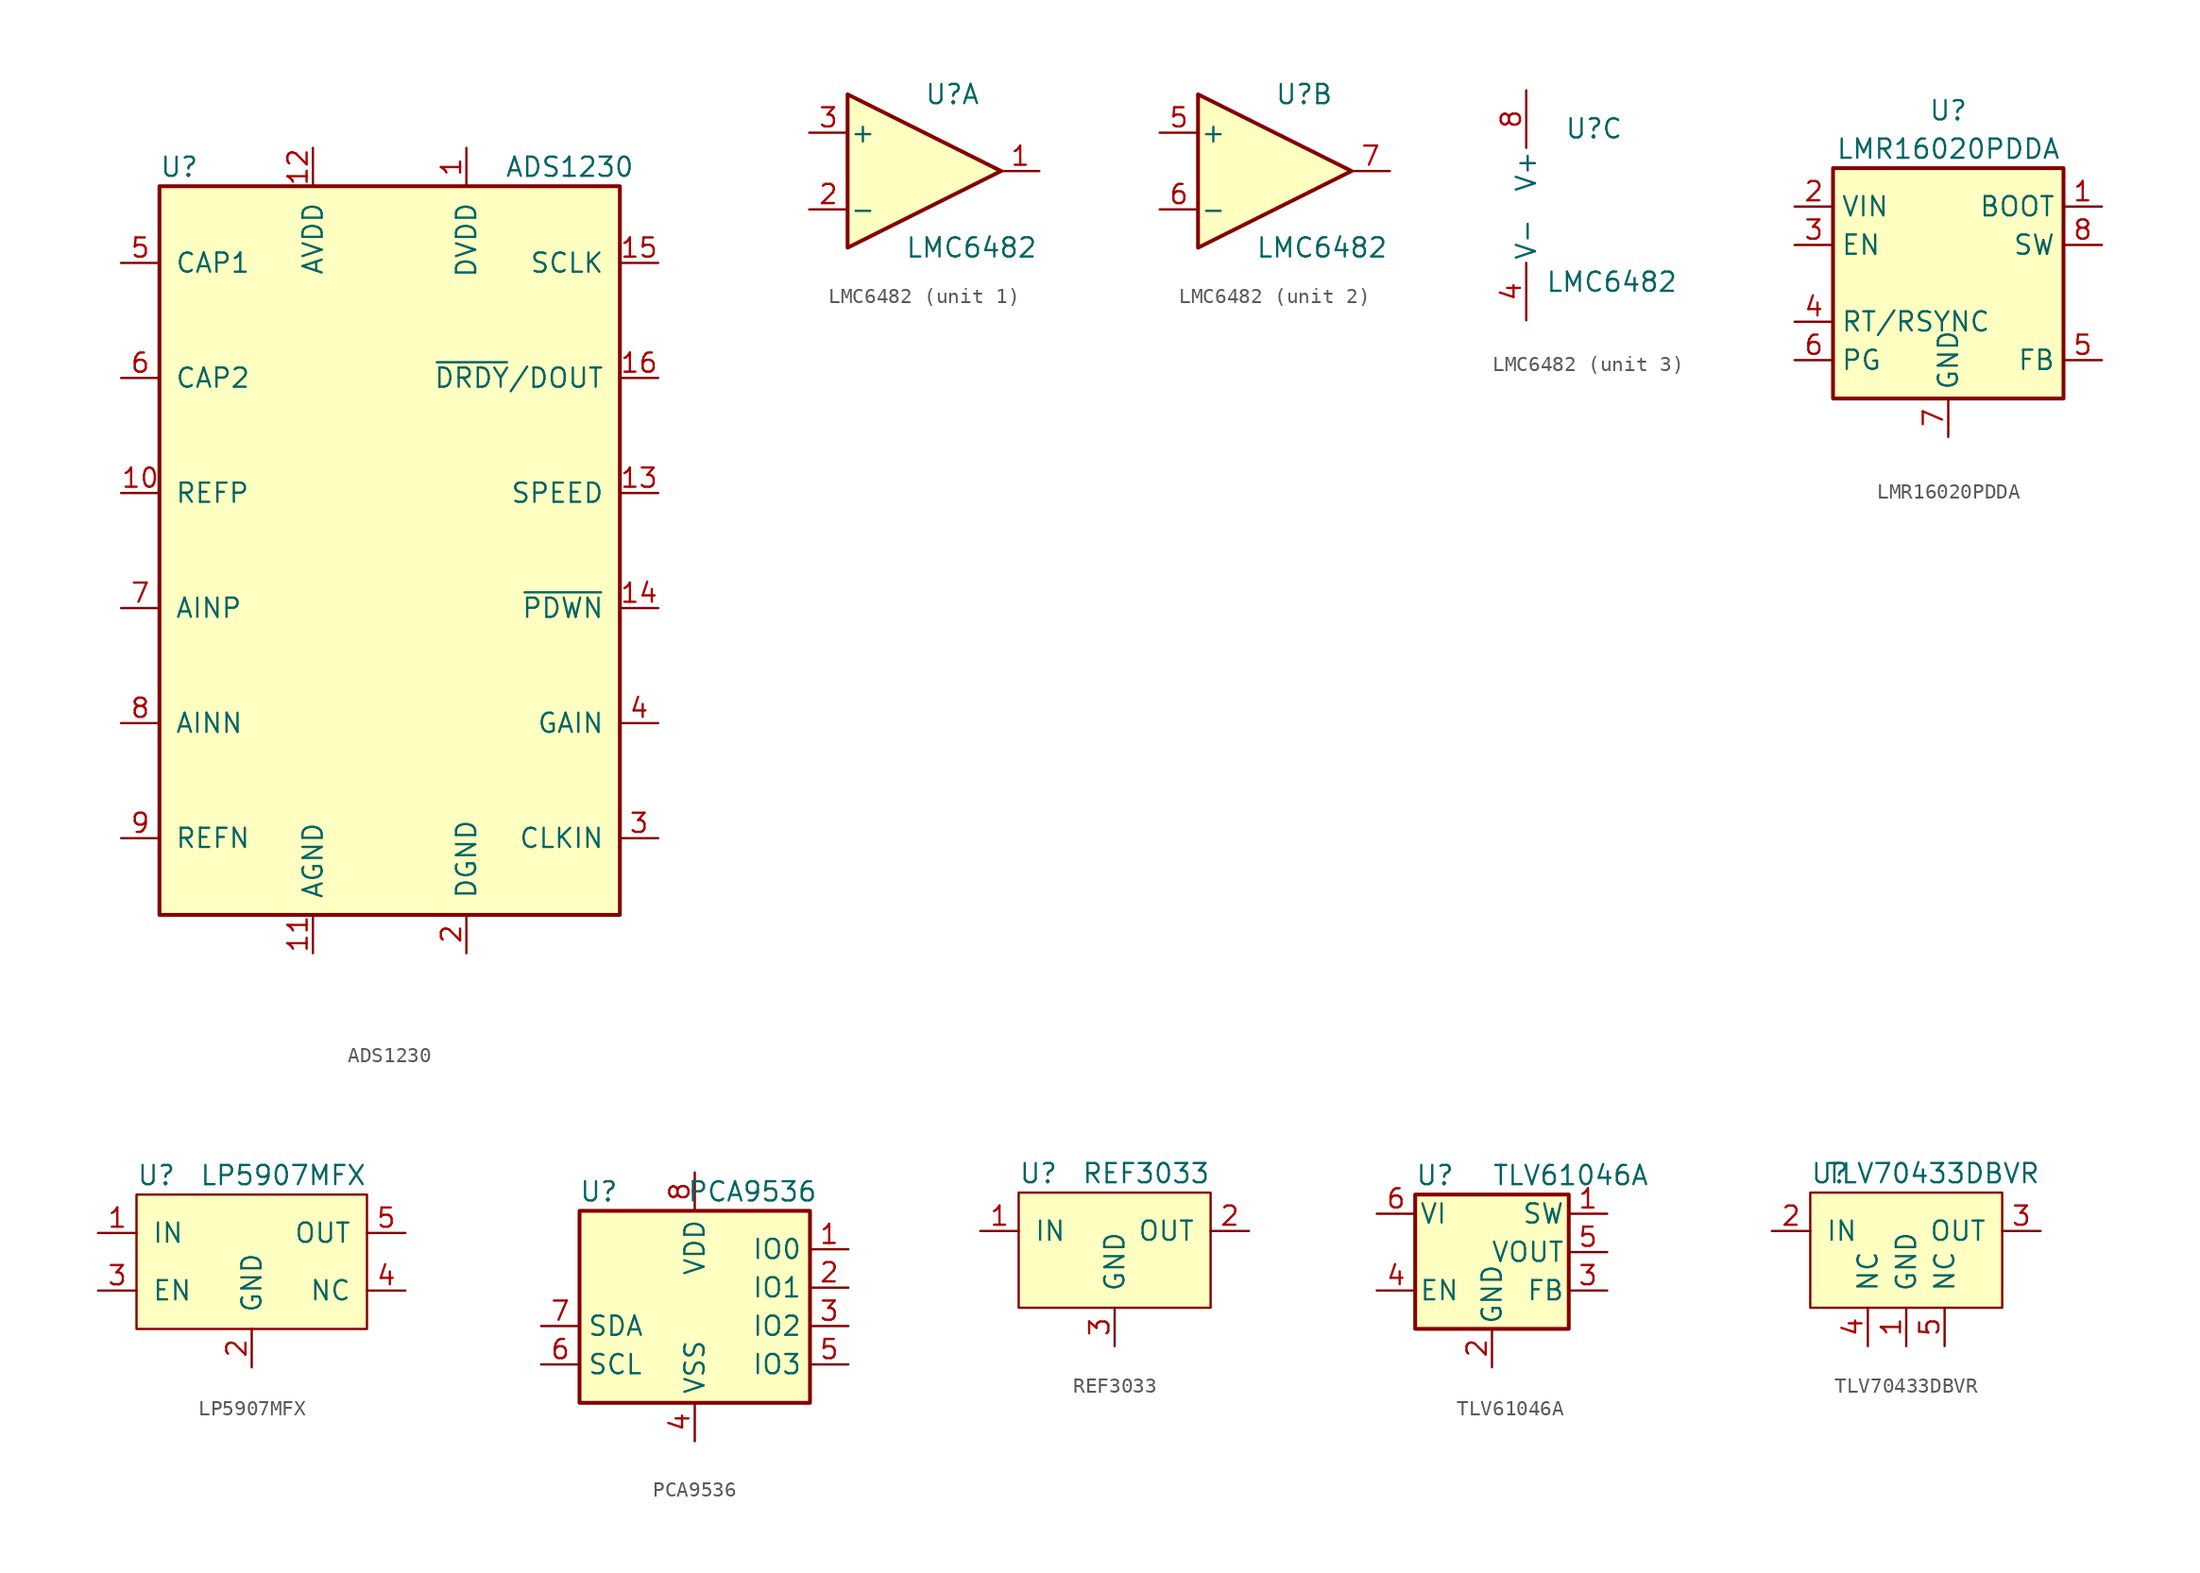
<source format=kicad_sym>
(kicad_symbol_lib
  (version 20220914)
  (generator kicad_symbol_editor)
  (symbol "ADS1230"
    (pin_names
      (offset 1.016))
    (property "Reference" "U"
      (at -15.24 25.4 0)
      (effects (font (size 1.27 1.27)) (justify left)))
    (property "Value" "ADS1230"
      (at 7.62 25.4 0)
      (effects (font (size 1.27 1.27)) (justify left)))
    (symbol "ADS1230_0_1"
      (rectangle (start -15.24 24.13) (end 15.24 -24.13) (stroke (width 0.254) (type default)) (fill (type background))))
    (symbol "ADS1230_1_1"
      (pin power_in line (at 5.08 26.67 270) (length 2.54) (name "DVDD" (effects (font (size 1.27 1.27)))) (number "1" (effects (font (size 1.27 1.27)))))
      (pin input line (at -17.78 3.81 0) (length 2.54) (name "REFP" (effects (font (size 1.27 1.27)))) (number "10" (effects (font (size 1.27 1.27)))))
      (pin power_in line (at -5.08 -26.67 90) (length 2.54) (name "AGND" (effects (font (size 1.27 1.27)))) (number "11" (effects (font (size 1.27 1.27)))))
      (pin power_in line (at -5.08 26.67 270) (length 2.54) (name "AVDD" (effects (font (size 1.27 1.27)))) (number "12" (effects (font (size 1.27 1.27)))))
      (pin input line (at 17.78 3.81 180) (length 2.54) (name "SPEED" (effects (font (size 1.27 1.27)))) (number "13" (effects (font (size 1.27 1.27)))))
      (pin input line (at 17.78 -3.81 180) (length 2.54) (name "~{PDWN}" (effects (font (size 1.27 1.27)))) (number "14" (effects (font (size 1.27 1.27)))))
      (pin input line (at 17.78 19.05 180) (length 2.54) (name "SCLK" (effects (font (size 1.27 1.27)))) (number "15" (effects (font (size 1.27 1.27)))))
      (pin output line (at 17.78 11.43 180) (length 2.54) (name "~{DRDY}/DOUT" (effects (font (size 1.27 1.27)))) (number "16" (effects (font (size 1.27 1.27)))))
      (pin power_in line (at 5.08 -26.67 90) (length 2.54) (name "DGND" (effects (font (size 1.27 1.27)))) (number "2" (effects (font (size 1.27 1.27)))))
      (pin input line (at 17.78 -19.05 180) (length 2.54) (name "CLKIN" (effects (font (size 1.27 1.27)))) (number "3" (effects (font (size 1.27 1.27)))))
      (pin input line (at 17.78 -11.43 180) (length 2.54) (name "GAIN" (effects (font (size 1.27 1.27)))) (number "4" (effects (font (size 1.27 1.27)))))
      (pin passive line (at -17.78 19.05 0) (length 2.54) (name "CAP1" (effects (font (size 1.27 1.27)))) (number "5" (effects (font (size 1.27 1.27)))))
      (pin passive line (at -17.78 11.43 0) (length 2.54) (name "CAP2" (effects (font (size 1.27 1.27)))) (number "6" (effects (font (size 1.27 1.27)))))
      (pin input line (at -17.78 -3.81 0) (length 2.54) (name "AINP" (effects (font (size 1.27 1.27)))) (number "7" (effects (font (size 1.27 1.27)))))
      (pin input line (at -17.78 -11.43 0) (length 2.54) (name "AINN" (effects (font (size 1.27 1.27)))) (number "8" (effects (font (size 1.27 1.27)))))
      (pin input line (at -17.78 -19.05 0) (length 2.54) (name "REFN" (effects (font (size 1.27 1.27)))) (number "9" (effects (font (size 1.27 1.27)))))))
  (symbol "LMC6482"
    (pin_names
      (offset 0.127))
    (property "Reference" "U"
      (at 0 5.08 0)
      (effects (font (size 1.27 1.27)) (justify left)))
    (property "Value" "LMC6482"
      (at -1.27 -5.08 0)
      (effects (font (size 1.27 1.27)) (justify left)))
    (property "ki_locked" ""
      (at 0 0 0)
      (effects (font (size 1.27 1.27))))
    (symbol "LMC6482_1_1"
      (polyline (pts (xy -5.08 5.08) (xy 5.08 0) (xy -5.08 -5.08) (xy -5.08 5.08)) (stroke (width 0.254) (type default)) (fill (type background)))
      (pin output line (at 7.62 0 180) (length 2.54) (name "~" (effects (font (size 1.27 1.27)))) (number "1" (effects (font (size 1.27 1.27)))))
      (pin input line (at -7.62 -2.54 0) (length 2.54) (name "-" (effects (font (size 1.27 1.27)))) (number "2" (effects (font (size 1.27 1.27)))))
      (pin input line (at -7.62 2.54 0) (length 2.54) (name "+" (effects (font (size 1.27 1.27)))) (number "3" (effects (font (size 1.27 1.27))))))
    (symbol "LMC6482_2_1"
      (polyline (pts (xy -5.08 5.08) (xy 5.08 0) (xy -5.08 -5.08) (xy -5.08 5.08)) (stroke (width 0.254) (type default)) (fill (type background)))
      (pin input line (at -7.62 2.54 0) (length 2.54) (name "+" (effects (font (size 1.27 1.27)))) (number "5" (effects (font (size 1.27 1.27)))))
      (pin input line (at -7.62 -2.54 0) (length 2.54) (name "-" (effects (font (size 1.27 1.27)))) (number "6" (effects (font (size 1.27 1.27)))))
      (pin output line (at 7.62 0 180) (length 2.54) (name "~" (effects (font (size 1.27 1.27)))) (number "7" (effects (font (size 1.27 1.27))))))
    (symbol "LMC6482_3_1"
      (pin power_in line (at -2.54 -7.62 90) (length 3.81) (name "V-" (effects (font (size 1.27 1.27)))) (number "4" (effects (font (size 1.27 1.27)))))
      (pin power_in line (at -2.54 7.62 270) (length 3.81) (name "V+" (effects (font (size 1.27 1.27)))) (number "8" (effects (font (size 1.27 1.27)))))))
  (symbol "LMR16020PDDA"
    (property "Reference" "U"
      (at 0 11.43 0)
      (effects (font (size 1.27 1.27))))
    (property "Value" "LMR16020PDDA"
      (at 0 8.89 0)
      (effects (font (size 1.27 1.27))))
    (symbol "LMR16020PDDA_0_1"
      (rectangle (start -7.62 7.62) (end 7.62 -7.62) (stroke (width 0.254) (type default)) (fill (type background))))
    (symbol "LMR16020PDDA_1_1"
      (pin input line (at 10.16 5.08 180) (length 2.54) (name "BOOT" (effects (font (size 1.27 1.27)))) (number "1" (effects (font (size 1.27 1.27)))))
      (pin power_in line (at -10.16 5.08 0) (length 2.54) (name "VIN" (effects (font (size 1.27 1.27)))) (number "2" (effects (font (size 1.27 1.27)))))
      (pin input line (at -10.16 2.54 0) (length 2.54) (name "EN" (effects (font (size 1.27 1.27)))) (number "3" (effects (font (size 1.27 1.27)))))
      (pin passive line (at -10.16 -2.54 0) (length 2.54) (name "RT/RSYNC" (effects (font (size 1.27 1.27)))) (number "4" (effects (font (size 1.27 1.27)))))
      (pin input line (at 10.16 -5.08 180) (length 2.54) (name "FB" (effects (font (size 1.27 1.27)))) (number "5" (effects (font (size 1.27 1.27)))))
      (pin open_collector line (at -10.16 -5.08 0) (length 2.54) (name "PG" (effects (font (size 1.27 1.27)))) (number "6" (effects (font (size 1.27 1.27)))))
      (pin power_in line (at 0 -10.16 90) (length 2.54) (name "GND" (effects (font (size 1.27 1.27)))) (number "7" (effects (font (size 1.27 1.27)))))
      (pin output line (at 10.16 2.54 180) (length 2.54) (name "SW" (effects (font (size 1.27 1.27)))) (number "8" (effects (font (size 1.27 1.27)))))
      (pin power_in line (at 0 -10.16 90) (length 2.54) hide (name "GND" (effects (font (size 1.27 1.27)))) (number "9" (effects (font (size 1.27 1.27)))))))
  (symbol "LP5907MFX"
    (pin_names
      (offset 1.016))
    (property "Reference" "U"
      (at -7.62 5.08 0)
      (effects (font (size 1.27 1.27)) (justify left)))
    (property "Value" "LP5907MFX"
      (at 7.62 5.08 0)
      (effects (font (size 1.27 1.27)) (justify right)))
    (symbol "LP5907MFX_0_1"
      (rectangle (start 7.62 -5.08) (end -7.62 3.81) (stroke (width 0) (type default)) (fill (type background))))
    (symbol "LP5907MFX_1_1"
      (pin power_in line (at -10.16 1.27 0) (length 2.54) (name "IN" (effects (font (size 1.27 1.27)))) (number "1" (effects (font (size 1.27 1.27)))))
      (pin power_in line (at 0 -7.62 90) (length 2.54) (name "GND" (effects (font (size 1.27 1.27)))) (number "2" (effects (font (size 1.27 1.27)))))
      (pin input line (at -10.16 -2.54 0) (length 2.54) (name "EN" (effects (font (size 1.27 1.27)))) (number "3" (effects (font (size 1.27 1.27)))))
      (pin passive line (at 10.16 -2.54 180) (length 2.54) (name "NC" (effects (font (size 1.27 1.27)))) (number "4" (effects (font (size 1.27 1.27)))))
      (pin power_out line (at 10.16 1.27 180) (length 2.54) (name "OUT" (effects (font (size 1.27 1.27)))) (number "5" (effects (font (size 1.27 1.27)))))))
  (symbol "PCA9536"
    (property "Reference" "U"
      (at -6.35 7.62 0)
      (effects (font (size 1.27 1.27))))
    (property "Value" "PCA9536"
      (at 3.81 7.62 0)
      (effects (font (size 1.27 1.27))))
    (symbol "PCA9536_0_1"
      (rectangle (start -7.62 6.35) (end 7.62 -6.35) (stroke (width 0.254) (type default)) (fill (type background))))
    (symbol "PCA9536_1_1"
      (pin bidirectional line (at 10.16 3.81 180) (length 2.54) (name "IO0" (effects (font (size 1.27 1.27)))) (number "1" (effects (font (size 1.27 1.27)))))
      (pin bidirectional line (at 10.16 1.27 180) (length 2.54) (name "IO1" (effects (font (size 1.27 1.27)))) (number "2" (effects (font (size 1.27 1.27)))))
      (pin bidirectional line (at 10.16 -1.27 180) (length 2.54) (name "IO2" (effects (font (size 1.27 1.27)))) (number "3" (effects (font (size 1.27 1.27)))))
      (pin power_in line (at 0 -8.89 90) (length 2.54) (name "VSS" (effects (font (size 1.27 1.27)))) (number "4" (effects (font (size 1.27 1.27)))))
      (pin bidirectional line (at 10.16 -3.81 180) (length 2.54) (name "IO3" (effects (font (size 1.27 1.27)))) (number "5" (effects (font (size 1.27 1.27)))))
      (pin input line (at -10.16 -3.81 0) (length 2.54) (name "SCL" (effects (font (size 1.27 1.27)))) (number "6" (effects (font (size 1.27 1.27)))))
      (pin bidirectional line (at -10.16 -1.27 0) (length 2.54) (name "SDA" (effects (font (size 1.27 1.27)))) (number "7" (effects (font (size 1.27 1.27)))))
      (pin power_in line (at 0 8.89 270) (length 2.54) (name "VDD" (effects (font (size 1.27 1.27)))) (number "8" (effects (font (size 1.27 1.27)))))))
  (symbol "REF3033"
    (pin_names
      (offset 1.016))
    (property "Reference" "U"
      (at -6.35 5.08 0)
      (effects (font (size 1.27 1.27)) (justify left)))
    (property "Value" "REF3033"
      (at 6.35 5.08 0)
      (effects (font (size 1.27 1.27)) (justify right)))
    (symbol "REF3033_0_1"
      (rectangle (start -6.35 3.81) (end 6.35 -3.81) (stroke (width 0) (type default)) (fill (type background))))
    (symbol "REF3033_1_1"
      (pin input line (at -8.89 1.27 0) (length 2.54) (name "IN" (effects (font (size 1.27 1.27)))) (number "1" (effects (font (size 1.27 1.27)))))
      (pin output line (at 8.89 1.27 180) (length 2.54) (name "OUT" (effects (font (size 1.27 1.27)))) (number "2" (effects (font (size 1.27 1.27)))))
      (pin power_in line (at 0 -6.35 90) (length 2.54) (name "GND" (effects (font (size 1.27 1.27)))) (number "3" (effects (font (size 1.27 1.27)))))))
  (symbol "TLV61046A"
    (pin_names
      (offset 0.254))
    (property "Reference" "U"
      (at -5.08 7.62 0)
      (effects (font (size 1.27 1.27)) (justify left)))
    (property "Value" "TLV61046A"
      (at 0 7.62 0)
      (effects (font (size 1.27 1.27)) (justify left)))
    (symbol "TLV61046A_0_1"
      (rectangle (start -5.08 6.35) (end 5.08 -2.54) (stroke (width 0.254) (type default)) (fill (type background))))
    (symbol "TLV61046A_1_1"
      (pin power_out line (at 7.62 5.08 180) (length 2.54) (name "SW" (effects (font (size 1.27 1.27)))) (number "1" (effects (font (size 1.27 1.27)))))
      (pin power_in line (at 0 -5.08 90) (length 2.54) (name "GND" (effects (font (size 1.27 1.27)))) (number "2" (effects (font (size 1.27 1.27)))))
      (pin input line (at 7.62 0 180) (length 2.54) (name "FB" (effects (font (size 1.27 1.27)))) (number "3" (effects (font (size 1.27 1.27)))))
      (pin input line (at -7.62 0 0) (length 2.54) (name "EN" (effects (font (size 1.27 1.27)))) (number "4" (effects (font (size 1.27 1.27)))))
      (pin power_out line (at 7.62 2.54 180) (length 2.54) (name "VOUT" (effects (font (size 1.27 1.27)))) (number "5" (effects (font (size 1.27 1.27)))))
      (pin power_in line (at -7.62 5.08 0) (length 2.54) (name "VI" (effects (font (size 1.27 1.27)))) (number "6" (effects (font (size 1.27 1.27)))))))
  (symbol "TLV70433DBVR"
    (pin_names
      (offset 1.016))
    (property "Reference" "U"
      (at -6.35 5.08 0)
      (effects (font (size 1.27 1.27)) (justify left)))
    (property "Value" "TLV70433DBVR"
      (at 8.89 5.08 0)
      (effects (font (size 1.27 1.27)) (justify right)))
    (symbol "TLV70433DBVR_0_1"
      (rectangle (start 6.35 -3.81) (end -6.35 3.81) (stroke (width 0) (type default)) (fill (type background))))
    (symbol "TLV70433DBVR_1_1"
      (pin power_in line (at 0 -6.35 90) (length 2.54) (name "GND" (effects (font (size 1.27 1.27)))) (number "1" (effects (font (size 1.27 1.27)))))
      (pin power_in line (at -8.89 1.27 0) (length 2.54) (name "IN" (effects (font (size 1.27 1.27)))) (number "2" (effects (font (size 1.27 1.27)))))
      (pin power_out line (at 8.89 1.27 180) (length 2.54) (name "OUT" (effects (font (size 1.27 1.27)))) (number "3" (effects (font (size 1.27 1.27)))))
      (pin passive line (at -2.54 -6.35 90) (length 2.54) (name "NC" (effects (font (size 1.27 1.27)))) (number "4" (effects (font (size 1.27 1.27)))))
      (pin passive line (at 2.54 -6.35 90) (length 2.54) (name "NC" (effects (font (size 1.27 1.27)))) (number "5" (effects (font (size 1.27 1.27))))))))
</source>
